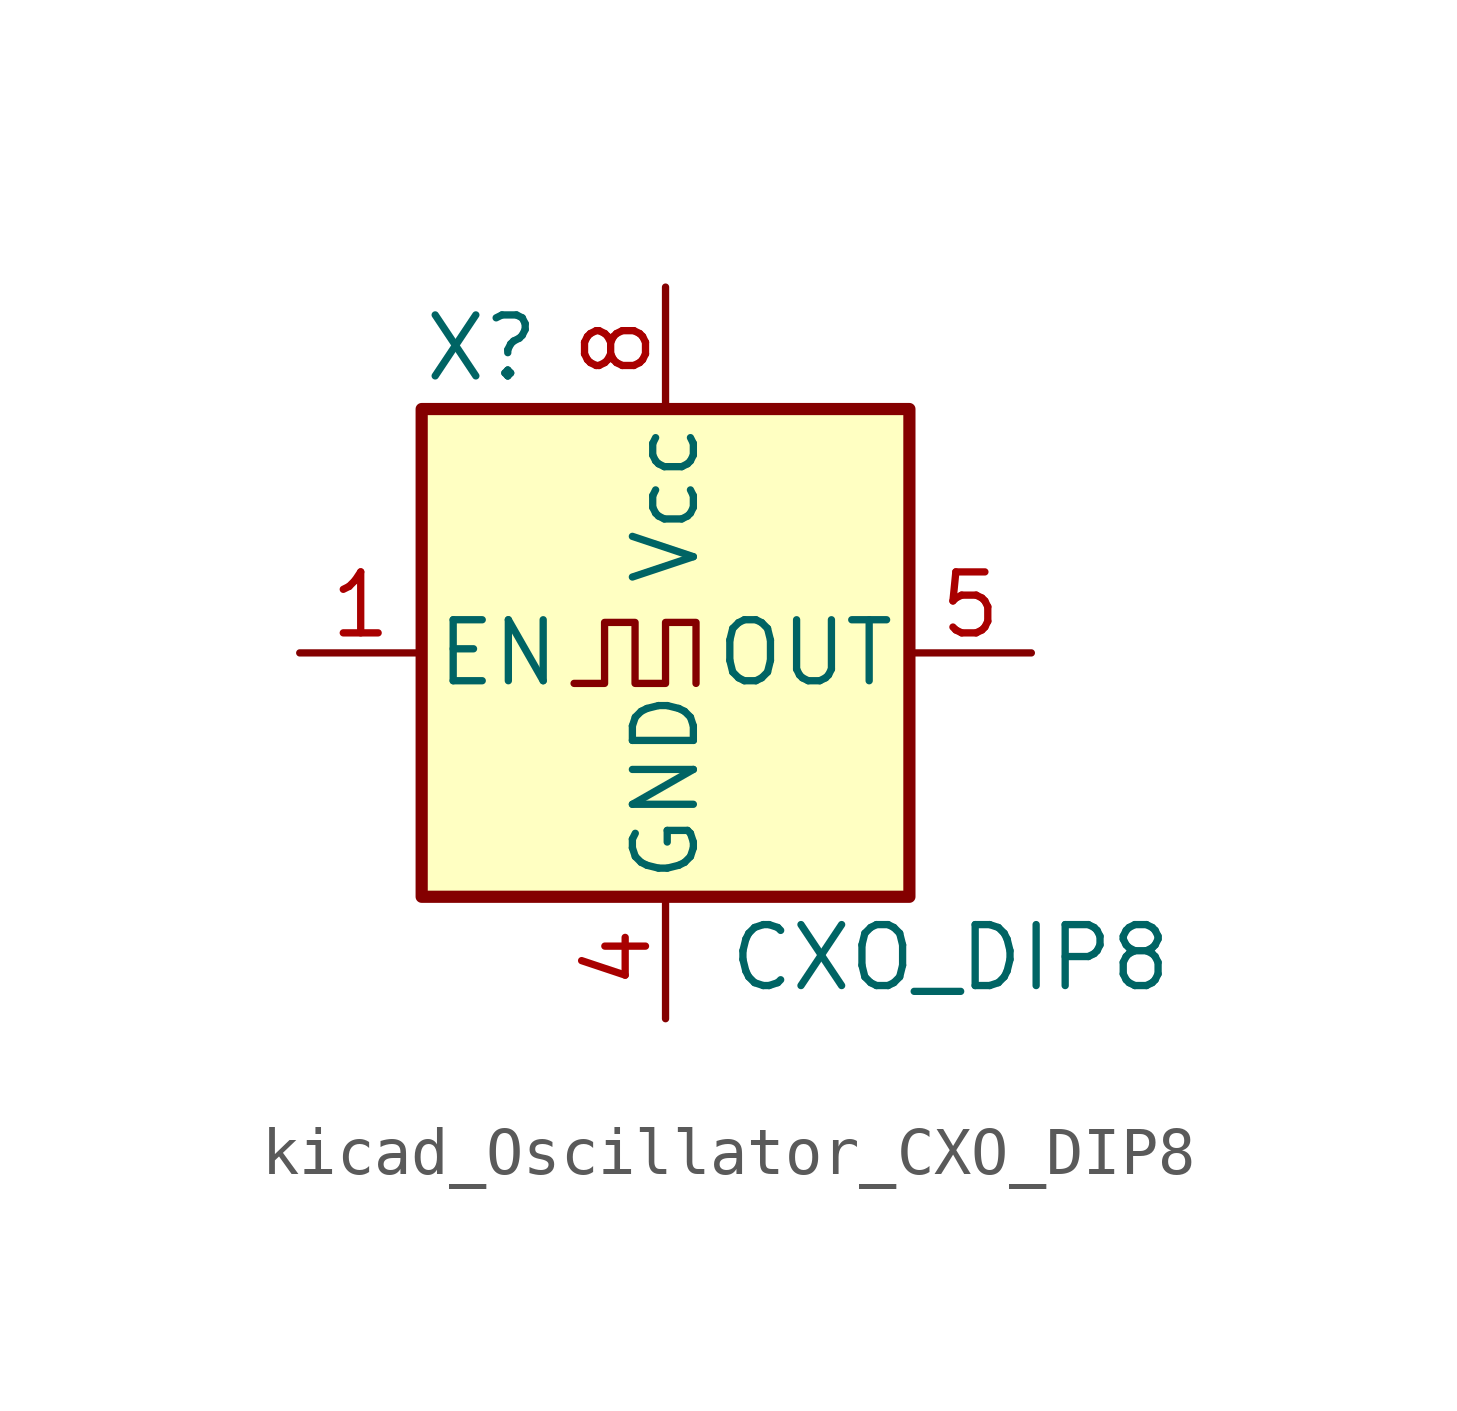
<source format=kicad_sym>
(kicad_symbol_lib
  (version 20220914)
  (generator kicad_symbol_editor)
  (symbol "kicad_Oscillator_CXO_DIP8"
    (pin_names
      (offset 0.254))
    (property "Reference" "X"
      (at -5.08 6.35 0)
      (effects (font (size 1.27 1.27)) (justify left)))
    (property "Value" "CXO_DIP8"
      (at 1.27 -6.35 0)
      (effects (font (size 1.27 1.27)) (justify left)))
    (symbol "kicad_Oscillator_CXO_DIP8_0_1"
      (rectangle (start -5.08 5.08) (end 5.08 -5.08) (stroke (width 0.254) (type default)) (fill (type background)))
      (polyline (pts (xy -1.905 -0.635) (xy -1.27 -0.635) (xy -1.27 0.635) (xy -0.635 0.635) (xy -0.635 -0.635) (xy 0 -0.635) (xy 0 0.635) (xy 0.635 0.635) (xy 0.635 -0.635)) (stroke (width 0) (type default)) (fill (type none))))
    (symbol "kicad_Oscillator_CXO_DIP8_1_1"
      (pin input line (at -7.62 0 0) (length 2.54) (name "EN" (effects (font (size 1.27 1.27)))) (number "1" (effects (font (size 1.27 1.27)))))
      (pin power_in line (at 0 -7.62 90) (length 2.54) (name "GND" (effects (font (size 1.27 1.27)))) (number "4" (effects (font (size 1.27 1.27)))))
      (pin output line (at 7.62 0 180) (length 2.54) (name "OUT" (effects (font (size 1.27 1.27)))) (number "5" (effects (font (size 1.27 1.27)))))
      (pin power_in line (at 0 7.62 270) (length 2.54) (name "Vcc" (effects (font (size 1.27 1.27)))) (number "8" (effects (font (size 1.27 1.27))))))))
</source>
